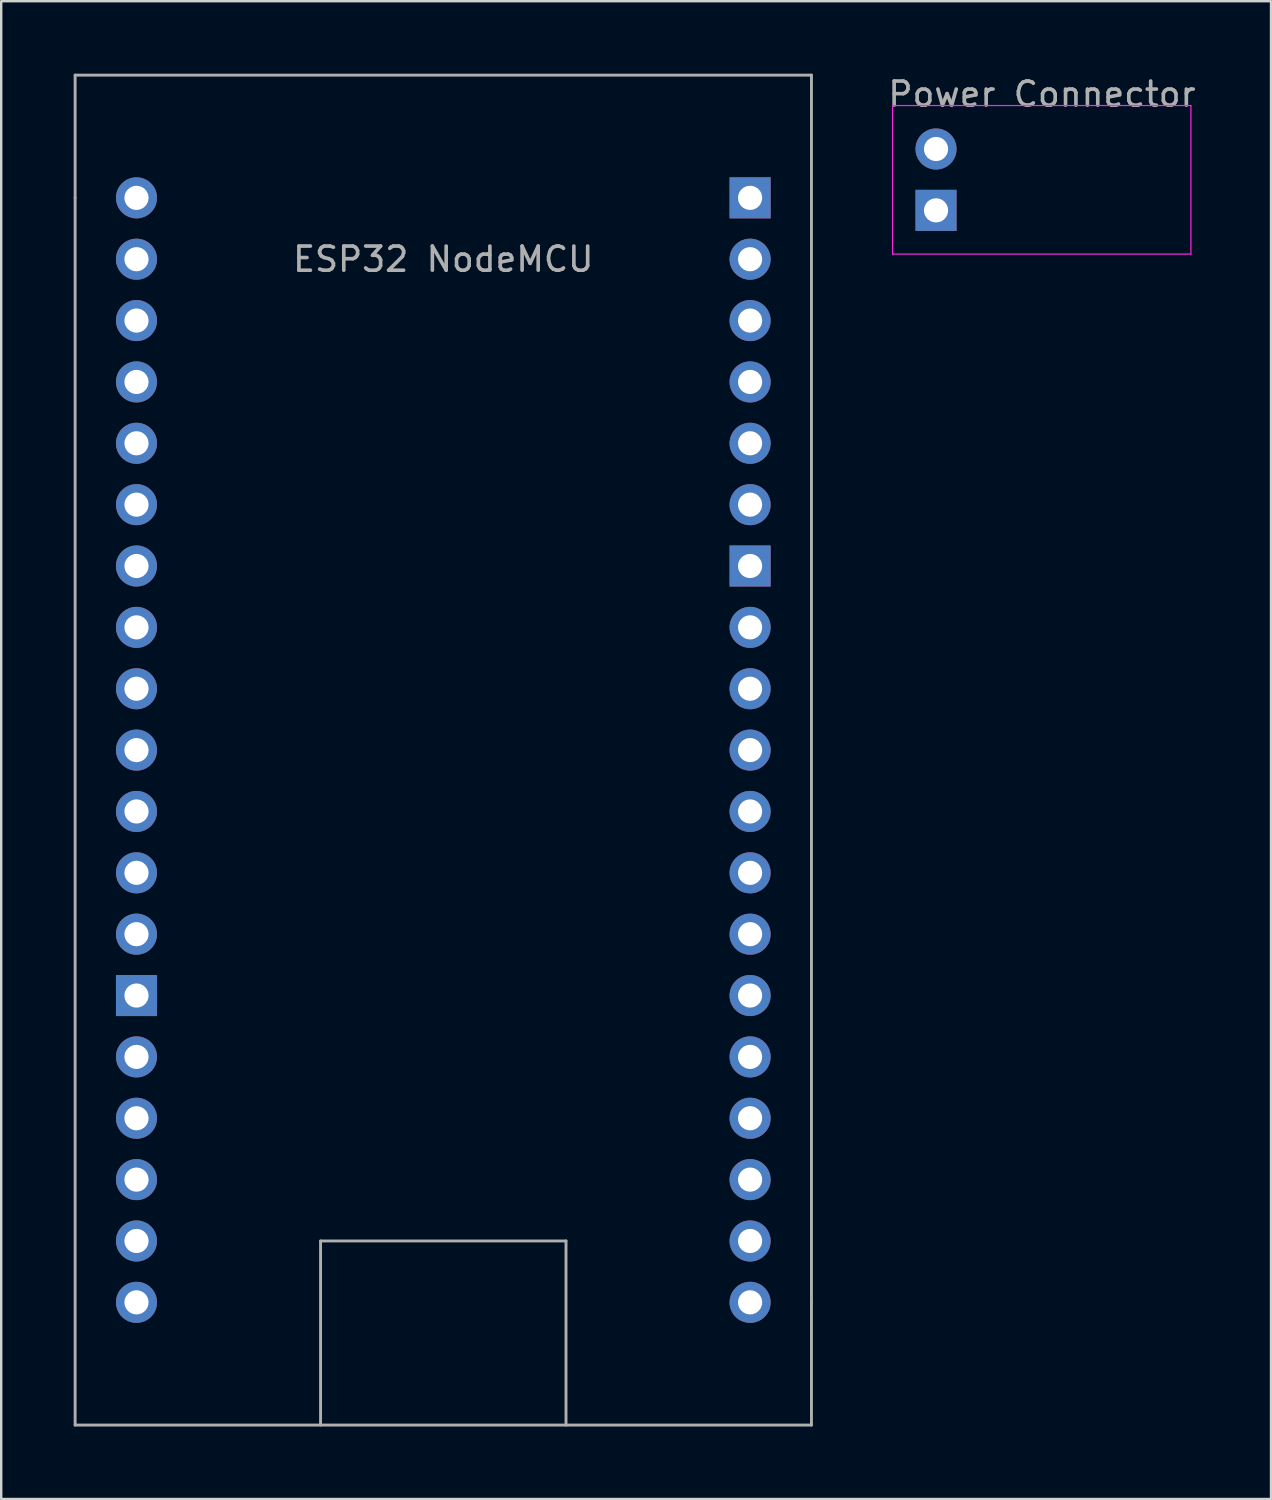
<source format=kicad_pcb>
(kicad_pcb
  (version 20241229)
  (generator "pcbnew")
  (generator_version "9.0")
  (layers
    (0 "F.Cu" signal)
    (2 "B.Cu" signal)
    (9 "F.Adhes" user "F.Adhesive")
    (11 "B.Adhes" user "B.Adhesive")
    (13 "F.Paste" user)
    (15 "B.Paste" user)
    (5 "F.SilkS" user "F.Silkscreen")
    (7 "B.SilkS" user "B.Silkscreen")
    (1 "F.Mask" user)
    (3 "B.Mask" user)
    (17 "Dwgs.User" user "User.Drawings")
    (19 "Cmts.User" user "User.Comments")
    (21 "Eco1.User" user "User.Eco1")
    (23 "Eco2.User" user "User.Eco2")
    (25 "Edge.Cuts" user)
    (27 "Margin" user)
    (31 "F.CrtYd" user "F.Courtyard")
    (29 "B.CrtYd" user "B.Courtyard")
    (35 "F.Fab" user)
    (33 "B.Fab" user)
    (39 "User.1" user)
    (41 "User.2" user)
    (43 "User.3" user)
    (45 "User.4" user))
  (footprint "Power Connector"
    (layer "F.Cu")
    (at 35.697 3.118)
    (property "Reference" "Power Connector" (at 4.385 -2.27 0) (layer "F.Fab") (effects (font (size 1 1) (thickness 0.15))))
    (attr through_hole)
    (fp_line (start -1.8 -1.8) (end -1.8 4.35) (stroke (width 0.05) (type solid)) (layer "F.CrtYd"))
    (fp_line (start -1.8 4.35) (end 10.55 4.35) (stroke (width 0.05) (type solid)) (layer "F.CrtYd"))
    (fp_line (start 10.55 -1.8) (end -1.8 -1.8) (stroke (width 0.05) (type solid)) (layer "F.CrtYd"))
    (fp_line (start 10.55 4.35) (end 10.55 -1.8) (stroke (width 0.05) (type solid)) (layer "F.CrtYd"))
    (fp_line (start -0.32 -0.32) (end -0.32 0.32) (stroke (width 0.1) (type solid)) (layer "F.Fab"))
    (fp_line (start -0.32 2.22) (end -0.32 2.86) (stroke (width 0.1) (type solid)) (layer "F.Fab"))
    (pad "1" thru_hole circle (at 0 0) (size 1.7 1.7) (drill 1) (layers "*.Cu" "*.Mask"))
    (pad "2" thru_hole rect (at 0 2.54) (size 1.7 1.7) (drill 1) (layers "*.Cu" "*.Mask")))
  (footprint "ESP32 NodeMCU"
    (layer "F.Cu")
    (at 15.3 5.14)
    (property "Reference" "ESP32 NodeMCU" (at 0 2.54 0) (layer "F.Fab") (effects (font (size 1 1) (thickness 0.15))))
    (attr through_hole)
    (fp_line (start -15.24 -5.08) (end 15.24 -5.08) (stroke (width 0.12) (type solid)) (layer "F.Fab"))
    (fp_line (start -15.24 0) (end -15.24 -5.08) (stroke (width 0.12) (type solid)) (layer "F.Fab"))
    (fp_line (start -15.24 50.8) (end -15.24 0) (stroke (width 0.12) (type solid)) (layer "F.Fab"))
    (fp_line (start -5.08 43.18) (end 5.08 43.18) (stroke (width 0.12) (type solid)) (layer "F.Fab"))
    (fp_line (start -5.08 50.8) (end -5.08 43.18) (stroke (width 0.12) (type solid)) (layer "F.Fab"))
    (fp_line (start 5.08 43.18) (end 5.08 50.8) (stroke (width 0.12) (type solid)) (layer "F.Fab"))
    (fp_line (start 15.24 -5.08) (end 15.24 45.72) (stroke (width 0.12) (type solid)) (layer "F.Fab"))
    (fp_line (start 15.24 45.72) (end 15.24 50.8) (stroke (width 0.12) (type solid)) (layer "F.Fab"))
    (fp_line (start 15.24 50.8) (end -15.24 50.8) (stroke (width 0.12) (type solid)) (layer "F.Fab"))
    (pad "1" thru_hole rect (at -12.7 33.02) (size 1.7 1.7) (drill 1) (layers "*.Cu" "*.Mask"))
    (pad "1" thru_hole rect (at 12.7 0) (size 1.7 1.7) (drill 1) (layers "*.Cu" "*.Mask"))
    (pad "1" thru_hole rect (at 12.7 15.24) (size 1.7 1.7) (drill 1) (layers "*.Cu" "*.Mask"))
    (pad "2" thru_hole circle (at -12.7 0) (size 1.7 1.7) (drill 1) (layers "*.Cu" "*.Mask"))
    (pad "3" thru_hole circle (at -12.7 45.72) (size 1.7 1.7) (drill 1) (layers "*.Cu" "*.Mask"))
    (pad "4" thru_hole circle (at -12.7 2.54) (size 1.7 1.7) (drill 1) (layers "*.Cu" "*.Mask"))
    (pad "5" thru_hole circle (at -12.7 5.08) (size 1.7 1.7) (drill 1) (layers "*.Cu" "*.Mask"))
    (pad "6" thru_hole circle (at -12.7 7.62) (size 1.7 1.7) (drill 1) (layers "*.Cu" "*.Mask"))
    (pad "7" thru_hole circle (at -12.7 43.18) (size 1.7 1.7) (drill 1) (layers "*.Cu" "*.Mask"))
    (pad "8" thru_hole circle (at 12.7 33.02) (size 1.7 1.7) (drill 1) (layers "*.Cu" "*.Mask"))
    (pad "9" thru_hole circle (at 12.7 7.62) (size 1.7 1.7) (drill 1) (layers "*.Cu" "*.Mask"))
    (pad "10" thru_hole circle (at 12.7 35.56) (size 1.7 1.7) (drill 1) (layers "*.Cu" "*.Mask"))
    (pad "11" thru_hole circle (at 12.7 10.16) (size 1.7 1.7) (drill 1) (layers "*.Cu" "*.Mask"))
    (pad "12" thru_hole circle (at 12.7 30.48) (size 1.7 1.7) (drill 1) (layers "*.Cu" "*.Mask"))
    (pad "13" thru_hole circle (at 12.7 22.86) (size 1.7 1.7) (drill 1) (layers "*.Cu" "*.Mask"))
    (pad "14" thru_hole circle (at 12.7 45.72) (size 1.7 1.7) (drill 1) (layers "*.Cu" "*.Mask"))
    (pad "15" thru_hole circle (at 12.7 43.18) (size 1.7 1.7) (drill 1) (layers "*.Cu" "*.Mask"))
    (pad "16" thru_hole circle (at 12.7 40.64) (size 1.7 1.7) (drill 1) (layers "*.Cu" "*.Mask"))
    (pad "17" thru_hole circle (at -12.7 38.1) (size 1.7 1.7) (drill 1) (layers "*.Cu" "*.Mask"))
    (pad "18" thru_hole circle (at -12.7 40.64) (size 1.7 1.7) (drill 1) (layers "*.Cu" "*.Mask"))
    (pad "19" thru_hole circle (at -12.7 30.48) (size 1.7 1.7) (drill 1) (layers "*.Cu" "*.Mask"))
    (pad "20" thru_hole circle (at -12.7 35.56) (size 1.7 1.7) (drill 1) (layers "*.Cu" "*.Mask"))
    (pad "21" thru_hole circle (at -12.7 27.94) (size 1.7 1.7) (drill 1) (layers "*.Cu" "*.Mask"))
    (pad "22" thru_hole circle (at 12.7 38.1) (size 1.7 1.7) (drill 1) (layers "*.Cu" "*.Mask"))
    (pad "23" thru_hole circle (at 12.7 27.94) (size 1.7 1.7) (drill 1) (layers "*.Cu" "*.Mask"))
    (pad "24" thru_hole circle (at 12.7 25.4) (size 1.7 1.7) (drill 1) (layers "*.Cu" "*.Mask"))
    (pad "25" thru_hole circle (at 12.7 20.32) (size 1.7 1.7) (drill 1) (layers "*.Cu" "*.Mask"))
    (pad "26" thru_hole circle (at 12.7 17.78) (size 1.7 1.7) (drill 1) (layers "*.Cu" "*.Mask"))
    (pad "27" thru_hole circle (at 12.7 12.7) (size 1.7 1.7) (drill 1) (layers "*.Cu" "*.Mask"))
    (pad "28" thru_hole circle (at 12.7 5.08) (size 1.7 1.7) (drill 1) (layers "*.Cu" "*.Mask"))
    (pad "29" thru_hole circle (at 12.7 2.54) (size 1.7 1.7) (drill 1) (layers "*.Cu" "*.Mask"))
    (pad "30" thru_hole circle (at -12.7 20.32) (size 1.7 1.7) (drill 1) (layers "*.Cu" "*.Mask"))
    (pad "31" thru_hole circle (at -12.7 22.86) (size 1.7 1.7) (drill 1) (layers "*.Cu" "*.Mask"))
    (pad "32" thru_hole circle (at -12.7 25.4) (size 1.7 1.7) (drill 1) (layers "*.Cu" "*.Mask"))
    (pad "33" thru_hole circle (at -12.7 15.24) (size 1.7 1.7) (drill 1) (layers "*.Cu" "*.Mask"))
    (pad "34" thru_hole circle (at -12.7 17.78) (size 1.7 1.7) (drill 1) (layers "*.Cu" "*.Mask"))
    (pad "35" thru_hole circle (at -12.7 10.16) (size 1.7 1.7) (drill 1) (layers "*.Cu" "*.Mask"))
    (pad "36" thru_hole circle (at -12.7 12.7) (size 1.7 1.7) (drill 1) (layers "*.Cu" "*.Mask")))
  (gr_rect
    (start -3 -3)
    (end 49.564 59)
    (stroke (width 0.1) (type default))
    (fill no)
    (layer "Edge.Cuts")))
</source>
